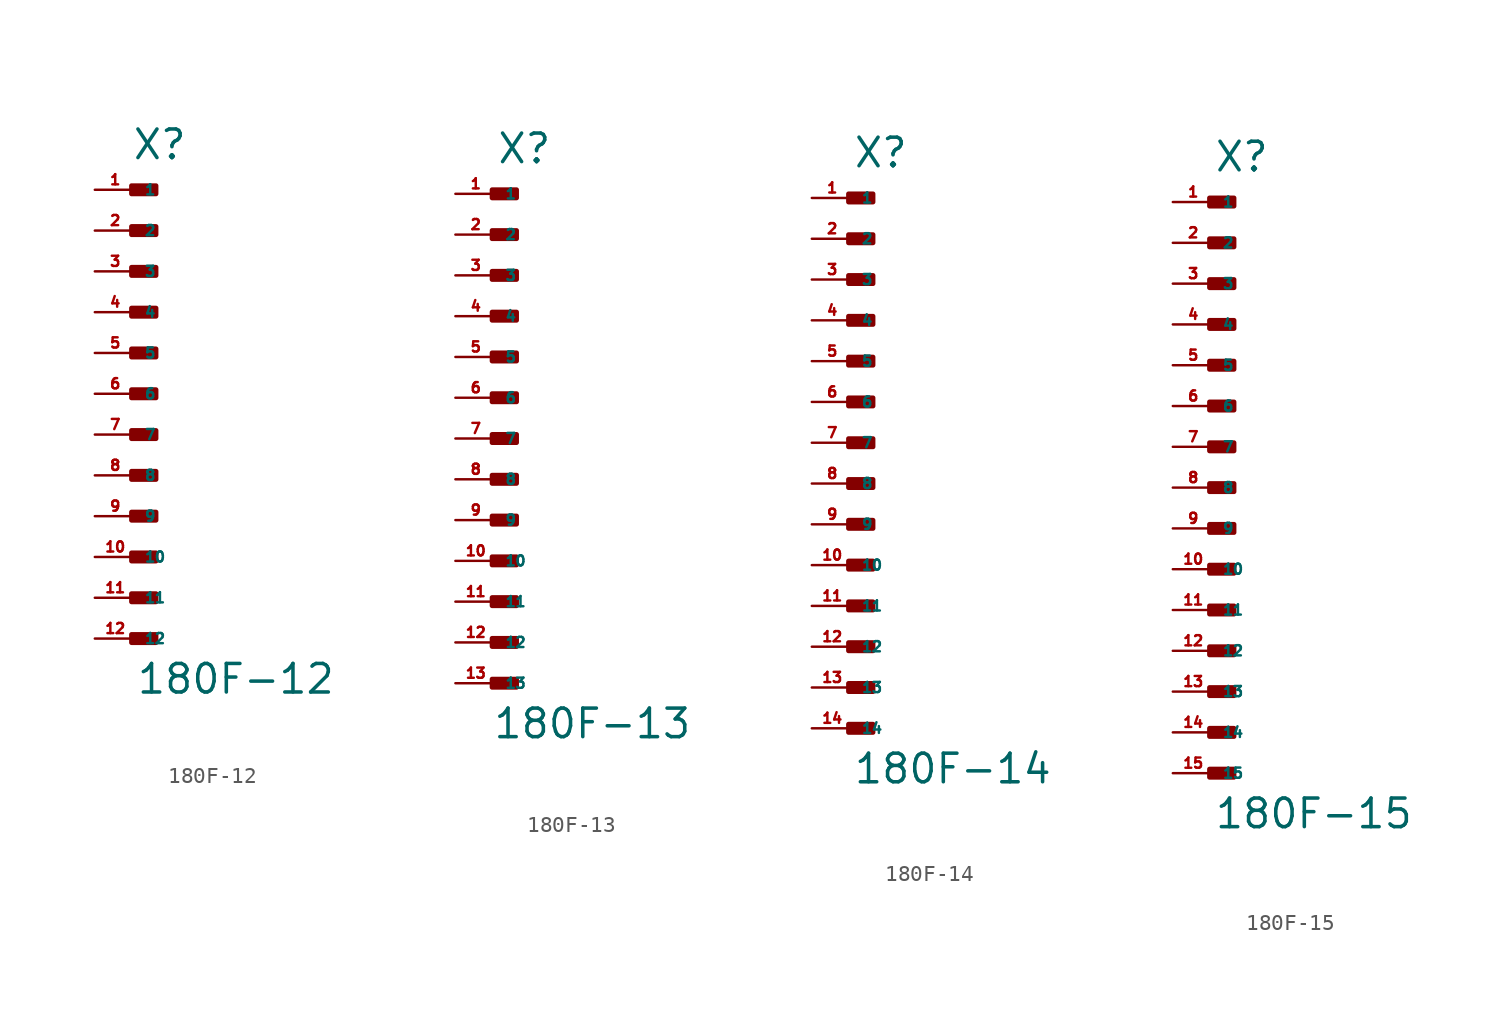
<source format=kicad_sym>
(kicad_symbol_lib
  (version 20220914)
  (generator Eagle2Kicad)
  (symbol "180F-12"
    (property "Reference" "X"
      (at -0.254 14.478 0)
      (effects (font (size 1.778 1.778) (thickness 0.22)) (justify left bottom)))
    (property "Value" "180F-12"
      (at 0 -18.796 0)
      (effects (font (size 1.778 1.778) (thickness 0.22)) (justify left bottom)))
    (rectangle
      (start -0.254 12.446)
      (end 1.27 12.954)
      (stroke (width 0.3) (type default))
      (fill (type outline)))
    (rectangle
      (start -0.254 9.906)
      (end 1.27 10.414)
      (stroke (width 0.3) (type default))
      (fill (type outline)))
    (rectangle
      (start -0.254 7.366)
      (end 1.27 7.874)
      (stroke (width 0.3) (type default))
      (fill (type outline)))
    (rectangle
      (start -0.254 4.826)
      (end 1.27 5.334)
      (stroke (width 0.3) (type default))
      (fill (type outline)))
    (rectangle
      (start -0.254 2.286)
      (end 1.27 2.794)
      (stroke (width 0.3) (type default))
      (fill (type outline)))
    (rectangle
      (start -0.254 -0.254)
      (end 1.27 0.254)
      (stroke (width 0.3) (type default))
      (fill (type outline)))
    (rectangle
      (start -0.254 -2.794)
      (end 1.27 -2.286)
      (stroke (width 0.3) (type default))
      (fill (type outline)))
    (rectangle
      (start -0.254 -5.334)
      (end 1.27 -4.826)
      (stroke (width 0.3) (type default))
      (fill (type outline)))
    (rectangle
      (start -0.254 -7.874)
      (end 1.27 -7.366)
      (stroke (width 0.3) (type default))
      (fill (type outline)))
    (rectangle
      (start -0.254 -10.414)
      (end 1.27 -9.906)
      (stroke (width 0.3) (type default))
      (fill (type outline)))
    (rectangle
      (start -0.254 -12.954)
      (end 1.27 -12.446)
      (stroke (width 0.3) (type default))
      (fill (type outline)))
    (rectangle
      (start -0.254 -15.494)
      (end 1.27 -14.986)
      (stroke (width 0.3) (type default))
      (fill (type outline)))
    (pin passive line
      (at -2.54 12.7 0)
      (length 2.54)
      (name "1" (effects (font (size 0.635 0.635) (thickness 0.08)) (justify left bottom)))
      (number "1" (effects (font (size 0.635 0.635) (thickness 0.08)) (justify left bottom))))
    (pin passive line
      (at -2.54 10.16 0)
      (length 2.54)
      (name "2" (effects (font (size 0.635 0.635) (thickness 0.08)) (justify left bottom)))
      (number "2" (effects (font (size 0.635 0.635) (thickness 0.08)) (justify left bottom))))
    (pin passive line
      (at -2.54 7.62 0)
      (length 2.54)
      (name "3" (effects (font (size 0.635 0.635) (thickness 0.08)) (justify left bottom)))
      (number "3" (effects (font (size 0.635 0.635) (thickness 0.08)) (justify left bottom))))
    (pin passive line
      (at -2.54 5.08 0)
      (length 2.54)
      (name "4" (effects (font (size 0.635 0.635) (thickness 0.08)) (justify left bottom)))
      (number "4" (effects (font (size 0.635 0.635) (thickness 0.08)) (justify left bottom))))
    (pin passive line
      (at -2.54 2.54 0)
      (length 2.54)
      (name "5" (effects (font (size 0.635 0.635) (thickness 0.08)) (justify left bottom)))
      (number "5" (effects (font (size 0.635 0.635) (thickness 0.08)) (justify left bottom))))
    (pin passive line
      (at -2.54 0 0)
      (length 2.54)
      (name "6" (effects (font (size 0.635 0.635) (thickness 0.08)) (justify left bottom)))
      (number "6" (effects (font (size 0.635 0.635) (thickness 0.08)) (justify left bottom))))
    (pin passive line
      (at -2.54 -2.54 0)
      (length 2.54)
      (name "7" (effects (font (size 0.635 0.635) (thickness 0.08)) (justify left bottom)))
      (number "7" (effects (font (size 0.635 0.635) (thickness 0.08)) (justify left bottom))))
    (pin passive line
      (at -2.54 -5.08 0)
      (length 2.54)
      (name "8" (effects (font (size 0.635 0.635) (thickness 0.08)) (justify left bottom)))
      (number "8" (effects (font (size 0.635 0.635) (thickness 0.08)) (justify left bottom))))
    (pin passive line
      (at -2.54 -7.62 0)
      (length 2.54)
      (name "9" (effects (font (size 0.635 0.635) (thickness 0.08)) (justify left bottom)))
      (number "9" (effects (font (size 0.635 0.635) (thickness 0.08)) (justify left bottom))))
    (pin passive line
      (at -2.54 -10.16 0)
      (length 2.54)
      (name "10" (effects (font (size 0.635 0.635) (thickness 0.08)) (justify left bottom)))
      (number "10" (effects (font (size 0.635 0.635) (thickness 0.08)) (justify left bottom))))
    (pin passive line
      (at -2.54 -12.7 0)
      (length 2.54)
      (name "11" (effects (font (size 0.635 0.635) (thickness 0.08)) (justify left bottom)))
      (number "11" (effects (font (size 0.635 0.635) (thickness 0.08)) (justify left bottom))))
    (pin passive line
      (at -2.54 -15.24 0)
      (length 2.54)
      (name "12" (effects (font (size 0.635 0.635) (thickness 0.08)) (justify left bottom)))
      (number "12" (effects (font (size 0.635 0.635) (thickness 0.08)) (justify left bottom)))))
  (symbol "180F-13"
    (property "Reference" "X"
      (at 0 17.018 0)
      (effects (font (size 1.778 1.778) (thickness 0.22)) (justify left bottom)))
    (property "Value" "180F-13"
      (at -0.254 -18.796 0)
      (effects (font (size 1.778 1.778) (thickness 0.22)) (justify left bottom)))
    (rectangle
      (start -0.254 14.986)
      (end 1.27 15.494)
      (stroke (width 0.3) (type default))
      (fill (type outline)))
    (rectangle
      (start -0.254 12.446)
      (end 1.27 12.954)
      (stroke (width 0.3) (type default))
      (fill (type outline)))
    (rectangle
      (start -0.254 9.906)
      (end 1.27 10.414)
      (stroke (width 0.3) (type default))
      (fill (type outline)))
    (rectangle
      (start -0.254 7.366)
      (end 1.27 7.874)
      (stroke (width 0.3) (type default))
      (fill (type outline)))
    (rectangle
      (start -0.254 4.826)
      (end 1.27 5.334)
      (stroke (width 0.3) (type default))
      (fill (type outline)))
    (rectangle
      (start -0.254 2.286)
      (end 1.27 2.794)
      (stroke (width 0.3) (type default))
      (fill (type outline)))
    (rectangle
      (start -0.254 -0.254)
      (end 1.27 0.254)
      (stroke (width 0.3) (type default))
      (fill (type outline)))
    (rectangle
      (start -0.254 -2.794)
      (end 1.27 -2.286)
      (stroke (width 0.3) (type default))
      (fill (type outline)))
    (rectangle
      (start -0.254 -5.334)
      (end 1.27 -4.826)
      (stroke (width 0.3) (type default))
      (fill (type outline)))
    (rectangle
      (start -0.254 -7.874)
      (end 1.27 -7.366)
      (stroke (width 0.3) (type default))
      (fill (type outline)))
    (rectangle
      (start -0.254 -10.414)
      (end 1.27 -9.906)
      (stroke (width 0.3) (type default))
      (fill (type outline)))
    (rectangle
      (start -0.254 -12.954)
      (end 1.27 -12.446)
      (stroke (width 0.3) (type default))
      (fill (type outline)))
    (rectangle
      (start -0.254 -15.494)
      (end 1.27 -14.986)
      (stroke (width 0.3) (type default))
      (fill (type outline)))
    (pin passive line
      (at -2.54 15.24 0)
      (length 2.54)
      (name "1" (effects (font (size 0.635 0.635) (thickness 0.08)) (justify left bottom)))
      (number "1" (effects (font (size 0.635 0.635) (thickness 0.08)) (justify left bottom))))
    (pin passive line
      (at -2.54 12.7 0)
      (length 2.54)
      (name "2" (effects (font (size 0.635 0.635) (thickness 0.08)) (justify left bottom)))
      (number "2" (effects (font (size 0.635 0.635) (thickness 0.08)) (justify left bottom))))
    (pin passive line
      (at -2.54 10.16 0)
      (length 2.54)
      (name "3" (effects (font (size 0.635 0.635) (thickness 0.08)) (justify left bottom)))
      (number "3" (effects (font (size 0.635 0.635) (thickness 0.08)) (justify left bottom))))
    (pin passive line
      (at -2.54 7.62 0)
      (length 2.54)
      (name "4" (effects (font (size 0.635 0.635) (thickness 0.08)) (justify left bottom)))
      (number "4" (effects (font (size 0.635 0.635) (thickness 0.08)) (justify left bottom))))
    (pin passive line
      (at -2.54 5.08 0)
      (length 2.54)
      (name "5" (effects (font (size 0.635 0.635) (thickness 0.08)) (justify left bottom)))
      (number "5" (effects (font (size 0.635 0.635) (thickness 0.08)) (justify left bottom))))
    (pin passive line
      (at -2.54 2.54 0)
      (length 2.54)
      (name "6" (effects (font (size 0.635 0.635) (thickness 0.08)) (justify left bottom)))
      (number "6" (effects (font (size 0.635 0.635) (thickness 0.08)) (justify left bottom))))
    (pin passive line
      (at -2.54 0 0)
      (length 2.54)
      (name "7" (effects (font (size 0.635 0.635) (thickness 0.08)) (justify left bottom)))
      (number "7" (effects (font (size 0.635 0.635) (thickness 0.08)) (justify left bottom))))
    (pin passive line
      (at -2.54 -2.54 0)
      (length 2.54)
      (name "8" (effects (font (size 0.635 0.635) (thickness 0.08)) (justify left bottom)))
      (number "8" (effects (font (size 0.635 0.635) (thickness 0.08)) (justify left bottom))))
    (pin passive line
      (at -2.54 -5.08 0)
      (length 2.54)
      (name "9" (effects (font (size 0.635 0.635) (thickness 0.08)) (justify left bottom)))
      (number "9" (effects (font (size 0.635 0.635) (thickness 0.08)) (justify left bottom))))
    (pin passive line
      (at -2.54 -7.62 0)
      (length 2.54)
      (name "10" (effects (font (size 0.635 0.635) (thickness 0.08)) (justify left bottom)))
      (number "10" (effects (font (size 0.635 0.635) (thickness 0.08)) (justify left bottom))))
    (pin passive line
      (at -2.54 -10.16 0)
      (length 2.54)
      (name "11" (effects (font (size 0.635 0.635) (thickness 0.08)) (justify left bottom)))
      (number "11" (effects (font (size 0.635 0.635) (thickness 0.08)) (justify left bottom))))
    (pin passive line
      (at -2.54 -12.7 0)
      (length 2.54)
      (name "12" (effects (font (size 0.635 0.635) (thickness 0.08)) (justify left bottom)))
      (number "12" (effects (font (size 0.635 0.635) (thickness 0.08)) (justify left bottom))))
    (pin passive line
      (at -2.54 -15.24 0)
      (length 2.54)
      (name "13" (effects (font (size 0.635 0.635) (thickness 0.08)) (justify left bottom)))
      (number "13" (effects (font (size 0.635 0.635) (thickness 0.08)) (justify left bottom)))))
  (symbol "180F-14"
    (property "Reference" "X"
      (at 0 17.018 0)
      (effects (font (size 1.778 1.778) (thickness 0.22)) (justify left bottom)))
    (property "Value" "180F-14"
      (at 0 -21.336 0)
      (effects (font (size 1.778 1.778) (thickness 0.22)) (justify left bottom)))
    (rectangle
      (start -0.254 14.986)
      (end 1.27 15.494)
      (stroke (width 0.3) (type default))
      (fill (type outline)))
    (rectangle
      (start -0.254 12.446)
      (end 1.27 12.954)
      (stroke (width 0.3) (type default))
      (fill (type outline)))
    (rectangle
      (start -0.254 9.906)
      (end 1.27 10.414)
      (stroke (width 0.3) (type default))
      (fill (type outline)))
    (rectangle
      (start -0.254 7.366)
      (end 1.27 7.874)
      (stroke (width 0.3) (type default))
      (fill (type outline)))
    (rectangle
      (start -0.254 4.826)
      (end 1.27 5.334)
      (stroke (width 0.3) (type default))
      (fill (type outline)))
    (rectangle
      (start -0.254 2.286)
      (end 1.27 2.794)
      (stroke (width 0.3) (type default))
      (fill (type outline)))
    (rectangle
      (start -0.254 -0.254)
      (end 1.27 0.254)
      (stroke (width 0.3) (type default))
      (fill (type outline)))
    (rectangle
      (start -0.254 -2.794)
      (end 1.27 -2.286)
      (stroke (width 0.3) (type default))
      (fill (type outline)))
    (rectangle
      (start -0.254 -5.334)
      (end 1.27 -4.826)
      (stroke (width 0.3) (type default))
      (fill (type outline)))
    (rectangle
      (start -0.254 -7.874)
      (end 1.27 -7.366)
      (stroke (width 0.3) (type default))
      (fill (type outline)))
    (rectangle
      (start -0.254 -10.414)
      (end 1.27 -9.906)
      (stroke (width 0.3) (type default))
      (fill (type outline)))
    (rectangle
      (start -0.254 -12.954)
      (end 1.27 -12.446)
      (stroke (width 0.3) (type default))
      (fill (type outline)))
    (rectangle
      (start -0.254 -15.494)
      (end 1.27 -14.986)
      (stroke (width 0.3) (type default))
      (fill (type outline)))
    (rectangle
      (start -0.254 -18.034)
      (end 1.27 -17.526)
      (stroke (width 0.3) (type default))
      (fill (type outline)))
    (pin passive line
      (at -2.54 15.24 0)
      (length 2.54)
      (name "1" (effects (font (size 0.635 0.635) (thickness 0.08)) (justify left bottom)))
      (number "1" (effects (font (size 0.635 0.635) (thickness 0.08)) (justify left bottom))))
    (pin passive line
      (at -2.54 12.7 0)
      (length 2.54)
      (name "2" (effects (font (size 0.635 0.635) (thickness 0.08)) (justify left bottom)))
      (number "2" (effects (font (size 0.635 0.635) (thickness 0.08)) (justify left bottom))))
    (pin passive line
      (at -2.54 10.16 0)
      (length 2.54)
      (name "3" (effects (font (size 0.635 0.635) (thickness 0.08)) (justify left bottom)))
      (number "3" (effects (font (size 0.635 0.635) (thickness 0.08)) (justify left bottom))))
    (pin passive line
      (at -2.54 7.62 0)
      (length 2.54)
      (name "4" (effects (font (size 0.635 0.635) (thickness 0.08)) (justify left bottom)))
      (number "4" (effects (font (size 0.635 0.635) (thickness 0.08)) (justify left bottom))))
    (pin passive line
      (at -2.54 5.08 0)
      (length 2.54)
      (name "5" (effects (font (size 0.635 0.635) (thickness 0.08)) (justify left bottom)))
      (number "5" (effects (font (size 0.635 0.635) (thickness 0.08)) (justify left bottom))))
    (pin passive line
      (at -2.54 2.54 0)
      (length 2.54)
      (name "6" (effects (font (size 0.635 0.635) (thickness 0.08)) (justify left bottom)))
      (number "6" (effects (font (size 0.635 0.635) (thickness 0.08)) (justify left bottom))))
    (pin passive line
      (at -2.54 0 0)
      (length 2.54)
      (name "7" (effects (font (size 0.635 0.635) (thickness 0.08)) (justify left bottom)))
      (number "7" (effects (font (size 0.635 0.635) (thickness 0.08)) (justify left bottom))))
    (pin passive line
      (at -2.54 -2.54 0)
      (length 2.54)
      (name "8" (effects (font (size 0.635 0.635) (thickness 0.08)) (justify left bottom)))
      (number "8" (effects (font (size 0.635 0.635) (thickness 0.08)) (justify left bottom))))
    (pin passive line
      (at -2.54 -5.08 0)
      (length 2.54)
      (name "9" (effects (font (size 0.635 0.635) (thickness 0.08)) (justify left bottom)))
      (number "9" (effects (font (size 0.635 0.635) (thickness 0.08)) (justify left bottom))))
    (pin passive line
      (at -2.54 -7.62 0)
      (length 2.54)
      (name "10" (effects (font (size 0.635 0.635) (thickness 0.08)) (justify left bottom)))
      (number "10" (effects (font (size 0.635 0.635) (thickness 0.08)) (justify left bottom))))
    (pin passive line
      (at -2.54 -10.16 0)
      (length 2.54)
      (name "11" (effects (font (size 0.635 0.635) (thickness 0.08)) (justify left bottom)))
      (number "11" (effects (font (size 0.635 0.635) (thickness 0.08)) (justify left bottom))))
    (pin passive line
      (at -2.54 -12.7 0)
      (length 2.54)
      (name "12" (effects (font (size 0.635 0.635) (thickness 0.08)) (justify left bottom)))
      (number "12" (effects (font (size 0.635 0.635) (thickness 0.08)) (justify left bottom))))
    (pin passive line
      (at -2.54 -15.24 0)
      (length 2.54)
      (name "13" (effects (font (size 0.635 0.635) (thickness 0.08)) (justify left bottom)))
      (number "13" (effects (font (size 0.635 0.635) (thickness 0.08)) (justify left bottom))))
    (pin passive line
      (at -2.54 -17.78 0)
      (length 2.54)
      (name "14" (effects (font (size 0.635 0.635) (thickness 0.08)) (justify left bottom)))
      (number "14" (effects (font (size 0.635 0.635) (thickness 0.08)) (justify left bottom)))))
  (symbol "180F-15"
    (property "Reference" "X"
      (at 0 19.558 0)
      (effects (font (size 1.778 1.778) (thickness 0.22)) (justify left bottom)))
    (property "Value" "180F-15"
      (at 0 -21.336 0)
      (effects (font (size 1.778 1.778) (thickness 0.22)) (justify left bottom)))
    (rectangle
      (start -0.254 17.526)
      (end 1.27 18.034)
      (stroke (width 0.3) (type default))
      (fill (type outline)))
    (rectangle
      (start -0.254 14.986)
      (end 1.27 15.494)
      (stroke (width 0.3) (type default))
      (fill (type outline)))
    (rectangle
      (start -0.254 12.446)
      (end 1.27 12.954)
      (stroke (width 0.3) (type default))
      (fill (type outline)))
    (rectangle
      (start -0.254 9.906)
      (end 1.27 10.414)
      (stroke (width 0.3) (type default))
      (fill (type outline)))
    (rectangle
      (start -0.254 7.366)
      (end 1.27 7.874)
      (stroke (width 0.3) (type default))
      (fill (type outline)))
    (rectangle
      (start -0.254 4.826)
      (end 1.27 5.334)
      (stroke (width 0.3) (type default))
      (fill (type outline)))
    (rectangle
      (start -0.254 2.286)
      (end 1.27 2.794)
      (stroke (width 0.3) (type default))
      (fill (type outline)))
    (rectangle
      (start -0.254 -0.254)
      (end 1.27 0.254)
      (stroke (width 0.3) (type default))
      (fill (type outline)))
    (rectangle
      (start -0.254 -2.794)
      (end 1.27 -2.286)
      (stroke (width 0.3) (type default))
      (fill (type outline)))
    (rectangle
      (start -0.254 -5.334)
      (end 1.27 -4.826)
      (stroke (width 0.3) (type default))
      (fill (type outline)))
    (rectangle
      (start -0.254 -7.874)
      (end 1.27 -7.366)
      (stroke (width 0.3) (type default))
      (fill (type outline)))
    (rectangle
      (start -0.254 -10.414)
      (end 1.27 -9.906)
      (stroke (width 0.3) (type default))
      (fill (type outline)))
    (rectangle
      (start -0.254 -12.954)
      (end 1.27 -12.446)
      (stroke (width 0.3) (type default))
      (fill (type outline)))
    (rectangle
      (start -0.254 -15.494)
      (end 1.27 -14.986)
      (stroke (width 0.3) (type default))
      (fill (type outline)))
    (rectangle
      (start -0.254 -18.034)
      (end 1.27 -17.526)
      (stroke (width 0.3) (type default))
      (fill (type outline)))
    (pin passive line
      (at -2.54 17.78 0)
      (length 2.54)
      (name "1" (effects (font (size 0.635 0.635) (thickness 0.08)) (justify left bottom)))
      (number "1" (effects (font (size 0.635 0.635) (thickness 0.08)) (justify left bottom))))
    (pin passive line
      (at -2.54 15.24 0)
      (length 2.54)
      (name "2" (effects (font (size 0.635 0.635) (thickness 0.08)) (justify left bottom)))
      (number "2" (effects (font (size 0.635 0.635) (thickness 0.08)) (justify left bottom))))
    (pin passive line
      (at -2.54 12.7 0)
      (length 2.54)
      (name "3" (effects (font (size 0.635 0.635) (thickness 0.08)) (justify left bottom)))
      (number "3" (effects (font (size 0.635 0.635) (thickness 0.08)) (justify left bottom))))
    (pin passive line
      (at -2.54 10.16 0)
      (length 2.54)
      (name "4" (effects (font (size 0.635 0.635) (thickness 0.08)) (justify left bottom)))
      (number "4" (effects (font (size 0.635 0.635) (thickness 0.08)) (justify left bottom))))
    (pin passive line
      (at -2.54 7.62 0)
      (length 2.54)
      (name "5" (effects (font (size 0.635 0.635) (thickness 0.08)) (justify left bottom)))
      (number "5" (effects (font (size 0.635 0.635) (thickness 0.08)) (justify left bottom))))
    (pin passive line
      (at -2.54 5.08 0)
      (length 2.54)
      (name "6" (effects (font (size 0.635 0.635) (thickness 0.08)) (justify left bottom)))
      (number "6" (effects (font (size 0.635 0.635) (thickness 0.08)) (justify left bottom))))
    (pin passive line
      (at -2.54 2.54 0)
      (length 2.54)
      (name "7" (effects (font (size 0.635 0.635) (thickness 0.08)) (justify left bottom)))
      (number "7" (effects (font (size 0.635 0.635) (thickness 0.08)) (justify left bottom))))
    (pin passive line
      (at -2.54 0 0)
      (length 2.54)
      (name "8" (effects (font (size 0.635 0.635) (thickness 0.08)) (justify left bottom)))
      (number "8" (effects (font (size 0.635 0.635) (thickness 0.08)) (justify left bottom))))
    (pin passive line
      (at -2.54 -2.54 0)
      (length 2.54)
      (name "9" (effects (font (size 0.635 0.635) (thickness 0.08)) (justify left bottom)))
      (number "9" (effects (font (size 0.635 0.635) (thickness 0.08)) (justify left bottom))))
    (pin passive line
      (at -2.54 -5.08 0)
      (length 2.54)
      (name "10" (effects (font (size 0.635 0.635) (thickness 0.08)) (justify left bottom)))
      (number "10" (effects (font (size 0.635 0.635) (thickness 0.08)) (justify left bottom))))
    (pin passive line
      (at -2.54 -7.62 0)
      (length 2.54)
      (name "11" (effects (font (size 0.635 0.635) (thickness 0.08)) (justify left bottom)))
      (number "11" (effects (font (size 0.635 0.635) (thickness 0.08)) (justify left bottom))))
    (pin passive line
      (at -2.54 -10.16 0)
      (length 2.54)
      (name "12" (effects (font (size 0.635 0.635) (thickness 0.08)) (justify left bottom)))
      (number "12" (effects (font (size 0.635 0.635) (thickness 0.08)) (justify left bottom))))
    (pin passive line
      (at -2.54 -12.7 0)
      (length 2.54)
      (name "13" (effects (font (size 0.635 0.635) (thickness 0.08)) (justify left bottom)))
      (number "13" (effects (font (size 0.635 0.635) (thickness 0.08)) (justify left bottom))))
    (pin passive line
      (at -2.54 -15.24 0)
      (length 2.54)
      (name "14" (effects (font (size 0.635 0.635) (thickness 0.08)) (justify left bottom)))
      (number "14" (effects (font (size 0.635 0.635) (thickness 0.08)) (justify left bottom))))
    (pin passive line
      (at -2.54 -17.78 0)
      (length 2.54)
      (name "15" (effects (font (size 0.635 0.635) (thickness 0.08)) (justify left bottom)))
      (number "15" (effects (font (size 0.635 0.635) (thickness 0.08)) (justify left bottom))))))
</source>
